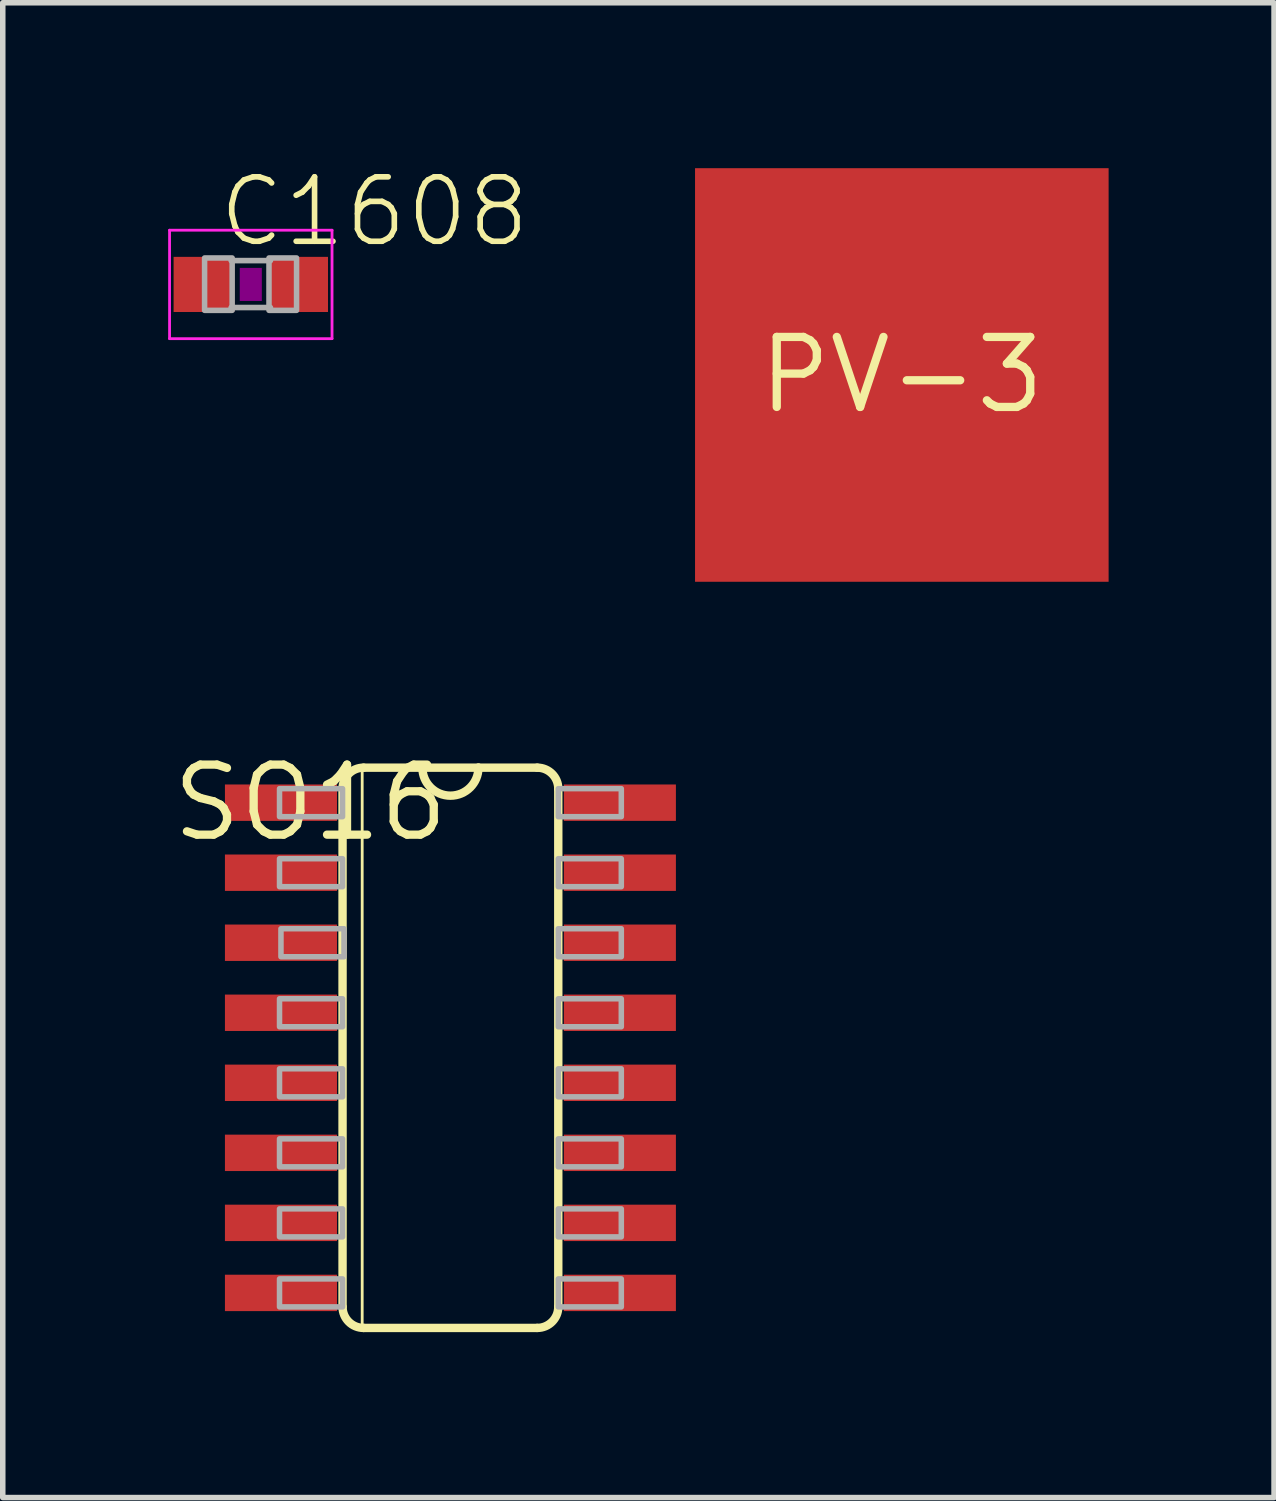
<source format=kicad_pcb>
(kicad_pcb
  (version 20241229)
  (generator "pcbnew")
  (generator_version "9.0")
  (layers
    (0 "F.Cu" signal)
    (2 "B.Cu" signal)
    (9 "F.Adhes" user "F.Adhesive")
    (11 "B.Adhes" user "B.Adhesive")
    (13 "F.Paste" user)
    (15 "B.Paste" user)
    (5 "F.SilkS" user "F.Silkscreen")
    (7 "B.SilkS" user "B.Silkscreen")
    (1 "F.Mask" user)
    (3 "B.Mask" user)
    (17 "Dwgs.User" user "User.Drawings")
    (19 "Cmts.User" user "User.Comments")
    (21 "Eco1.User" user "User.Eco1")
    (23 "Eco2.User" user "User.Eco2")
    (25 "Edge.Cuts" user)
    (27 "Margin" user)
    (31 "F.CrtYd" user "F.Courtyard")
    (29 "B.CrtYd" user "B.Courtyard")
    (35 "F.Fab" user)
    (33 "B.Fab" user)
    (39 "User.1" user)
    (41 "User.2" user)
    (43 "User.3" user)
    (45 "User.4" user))
  (footprint "C1608"
    (layer "F.Cu")
    (at 1.498 2.108)
    (property "Reference" "C1608" (at -0.635 -0.635 0) (layer "F.SilkS") (effects (font (size 1.168 1.168) (thickness 0.102)) (justify left bottom)))
    (fp_poly (pts (xy -0.2 0.3) (xy 0.2 0.3) (xy 0.2 -0.3) (xy -0.2 -0.3)) (stroke (width 0) (type solid)) (fill yes) (layer "F.Adhes"))
    (fp_line (start -1.473 -0.983) (end 1.473 -0.983) (stroke (width 0.051) (type solid)) (layer "F.CrtYd"))
    (fp_line (start -1.473 0.983) (end -1.473 -0.983) (stroke (width 0.051) (type solid)) (layer "F.CrtYd"))
    (fp_line (start 1.473 -0.983) (end 1.473 0.983) (stroke (width 0.051) (type solid)) (layer "F.CrtYd"))
    (fp_line (start 1.473 0.983) (end -1.473 0.983) (stroke (width 0.051) (type solid)) (layer "F.CrtYd"))
    (fp_line (start -0.356 -0.432) (end 0.356 -0.432) (stroke (width 0.102) (type solid)) (layer "F.Fab"))
    (fp_line (start -0.356 0.419) (end 0.356 0.419) (stroke (width 0.102) (type solid)) (layer "F.Fab"))
    (fp_poly (pts (xy -0.838 0.47) (xy -0.338 0.47) (xy -0.338 -0.48) (xy -0.838 -0.48)) (stroke (width 0.1) (type solid)) (fill no) (layer "F.Fab"))
    (fp_poly (pts (xy 0.33 0.47) (xy 0.83 0.47) (xy 0.83 -0.48) (xy 0.33 -0.48)) (stroke (width 0.1) (type solid)) (fill no) (layer "F.Fab"))
    (pad "1" smd rect (at -0.85 0) (size 1.1 1) (layers "F.Cu" "F.Mask" "F.Paste"))
    (pad "2" smd rect (at 0.85 0) (size 1.1 1) (layers "F.Cu" "F.Mask" "F.Paste")))
  (footprint "SO16"
    (layer "F.Cu")
    (at 2.578 11.506)
    (property "Reference" "SO16" (at 0 0 0) (layer "F.SilkS") (effects (font (size 1.27 1.27) (thickness 0.15))))
    (fp_line (start 0.584 -0.254) (end 0.584 9.144) (stroke (width 0.152) (type solid)) (layer "F.SilkS"))
    (fp_line (start 0.94 -0.635) (end 0.94 9.525) (stroke (width 0.051) (type solid)) (layer "F.SilkS"))
    (fp_line (start 0.965 9.525) (end 4.115 9.525) (stroke (width 0.152) (type solid)) (layer "F.SilkS"))
    (fp_line (start 2.032 -0.635) (end 0.965 -0.635) (stroke (width 0.152) (type solid)) (layer "F.SilkS"))
    (fp_line (start 3.048 -0.635) (end 2.032 -0.635) (stroke (width 0.152) (type solid)) (layer "F.SilkS"))
    (fp_line (start 4.115 -0.635) (end 3.048 -0.635) (stroke (width 0.152) (type solid)) (layer "F.SilkS"))
    (fp_line (start 4.496 9.144) (end 4.496 -0.254) (stroke (width 0.152) (type solid)) (layer "F.SilkS"))
    (fp_arc (start 0.584199 -0.253999) (mid 0.695792 -0.523407) (end 0.9652 -0.635) (stroke (width 0.1524) (type solid)) (layer "F.SilkS"))
    (fp_arc (start 0.9652 9.525) (mid 0.695792 9.413408) (end 0.5842 9.144) (stroke (width 0.1524) (type solid)) (layer "F.SilkS"))
    (fp_arc (start 3.048 -0.635) (mid 2.54 -0.127) (end 2.032 -0.635) (stroke (width 0.1524) (type solid)) (layer "F.SilkS"))
    (fp_arc (start 4.1148 -0.635) (mid 4.384208 -0.523407) (end 4.495801 -0.253999) (stroke (width 0.1524) (type solid)) (layer "F.SilkS"))
    (fp_arc (start 4.4958 9.144) (mid 4.384208 9.413408) (end 4.1148 9.525) (stroke (width 0.1524) (type solid)) (layer "F.SilkS"))
    (fp_poly (pts (xy -0.559 -0.254) (xy -0.559 0.254) (xy 0.584 0.254) (xy 0.584 -0.254)) (stroke (width 0.1) (type solid)) (fill no) (layer "F.Fab"))
    (fp_poly (pts (xy -0.559 1.016) (xy -0.559 1.524) (xy 0.584 1.524) (xy 0.584 1.016)) (stroke (width 0.1) (type solid)) (fill no) (layer "F.Fab"))
    (fp_poly (pts (xy -0.559 3.556) (xy -0.559 4.064) (xy 0.584 4.064) (xy 0.584 3.556)) (stroke (width 0.1) (type solid)) (fill no) (layer "F.Fab"))
    (fp_poly (pts (xy -0.559 4.826) (xy -0.559 5.334) (xy 0.584 5.334) (xy 0.584 4.826)) (stroke (width 0.1) (type solid)) (fill no) (layer "F.Fab"))
    (fp_poly (pts (xy -0.559 6.096) (xy -0.559 6.604) (xy 0.584 6.604) (xy 0.584 6.096)) (stroke (width 0.1) (type solid)) (fill no) (layer "F.Fab"))
    (fp_poly (pts (xy -0.559 7.366) (xy -0.559 7.874) (xy 0.584 7.874) (xy 0.584 7.366)) (stroke (width 0.1) (type solid)) (fill no) (layer "F.Fab"))
    (fp_poly (pts (xy -0.559 8.636) (xy -0.559 9.144) (xy 0.584 9.144) (xy 0.584 8.636)) (stroke (width 0.1) (type solid)) (fill no) (layer "F.Fab"))
    (fp_poly (pts (xy -0.533 2.286) (xy -0.533 2.794) (xy 0.61 2.794) (xy 0.61 2.286)) (stroke (width 0.1) (type solid)) (fill no) (layer "F.Fab"))
    (fp_poly (pts (xy 4.496 -0.254) (xy 4.496 0.254) (xy 5.639 0.254) (xy 5.639 -0.254)) (stroke (width 0.1) (type solid)) (fill no) (layer "F.Fab"))
    (fp_poly (pts (xy 4.496 1.016) (xy 4.496 1.524) (xy 5.639 1.524) (xy 5.639 1.016)) (stroke (width 0.1) (type solid)) (fill no) (layer "F.Fab"))
    (fp_poly (pts (xy 4.496 2.286) (xy 4.496 2.794) (xy 5.639 2.794) (xy 5.639 2.286)) (stroke (width 0.1) (type solid)) (fill no) (layer "F.Fab"))
    (fp_poly (pts (xy 4.496 3.556) (xy 4.496 4.064) (xy 5.639 4.064) (xy 5.639 3.556)) (stroke (width 0.1) (type solid)) (fill no) (layer "F.Fab"))
    (fp_poly (pts (xy 4.496 4.826) (xy 4.496 5.334) (xy 5.639 5.334) (xy 5.639 4.826)) (stroke (width 0.1) (type solid)) (fill no) (layer "F.Fab"))
    (fp_poly (pts (xy 4.496 6.096) (xy 4.496 6.604) (xy 5.639 6.604) (xy 5.639 6.096)) (stroke (width 0.1) (type solid)) (fill no) (layer "F.Fab"))
    (fp_poly (pts (xy 4.496 7.366) (xy 4.496 7.874) (xy 5.639 7.874) (xy 5.639 7.366)) (stroke (width 0.1) (type solid)) (fill no) (layer "F.Fab"))
    (fp_poly (pts (xy 4.496 8.636) (xy 4.496 9.144) (xy 5.639 9.144) (xy 5.639 8.636)) (stroke (width 0.1) (type solid)) (fill no) (layer "F.Fab"))
    (pad "DIS" smd rect (at -0.533 5.08 270) (size 0.66 2.032) (layers "F.Cu" "F.Mask" "F.Paste"))
    (pad "LGND" smd rect (at -0.533 3.81 270) (size 0.66 2.032) (layers "F.Cu" "F.Mask" "F.Paste"))
    (pad "NC1" smd rect (at -0.533 6.35 270) (size 0.66 2.032) (layers "F.Cu" "F.Mask" "F.Paste"))
    (pad "NC2" smd rect (at -0.533 7.62 270) (size 0.66 2.032) (layers "F.Cu" "F.Mask" "F.Paste"))
    (pad "NC3" smd rect (at 5.613 5.08 270) (size 0.66 2.032) (layers "F.Cu" "F.Mask" "F.Paste"))
    (pad "NC4" smd rect (at 5.613 3.81 270) (size 0.66 2.032) (layers "F.Cu" "F.Mask" "F.Paste"))
    (pad "PGND" smd rect (at 5.613 8.89 270) (size 0.66 2.032) (layers "F.Cu" "F.Mask" "F.Paste"))
    (pad "VCC1" smd rect (at -0.533 2.54 270) (size 0.66 2.032) (layers "F.Cu" "F.Mask" "F.Paste"))
    (pad "VCC2" smd rect (at -0.533 8.89 270) (size 0.66 2.032) (layers "F.Cu" "F.Mask" "F.Paste"))
    (pad "VDDH" smd rect (at 5.613 0 270) (size 0.66 2.032) (layers "F.Cu" "F.Mask" "F.Paste"))
    (pad "VDDL" smd rect (at 5.613 6.35 270) (size 0.66 2.032) (layers "F.Cu" "F.Mask" "F.Paste"))
    (pad "VIH" smd rect (at -0.533 0 270) (size 0.66 2.032) (layers "F.Cu" "F.Mask" "F.Paste"))
    (pad "VIL" smd rect (at -0.533 1.27 270) (size 0.66 2.032) (layers "F.Cu" "F.Mask" "F.Paste"))
    (pad "VOH" smd rect (at 5.613 1.27 270) (size 0.66 2.032) (layers "F.Cu" "F.Mask" "F.Paste"))
    (pad "VOL" smd rect (at 5.613 7.62 270) (size 0.66 2.032) (layers "F.Cu" "F.Mask" "F.Paste"))
    (pad "VS" smd rect (at 5.613 2.54 270) (size 0.66 2.032) (layers "F.Cu" "F.Mask" "F.Paste")))
  (footprint "PV-3"
    (layer "F.Cu")
    (at 13.304 3.75)
    (property "Reference" "PV-3" (at 0 0 0) (layer "F.SilkS") (effects (font (size 1.27 1.27) (thickness 0.15))))
    (pad "P$1" smd rect (at 0 0) (size 7.5 7.5) (layers "F.Cu" "F.Mask" "F.Paste")))
  (gr_rect
    (start -3 -3)
    (end 20.054 24.107)
    (stroke (width 0.1) (type default))
    (fill no)
    (layer "Edge.Cuts")))
</source>
